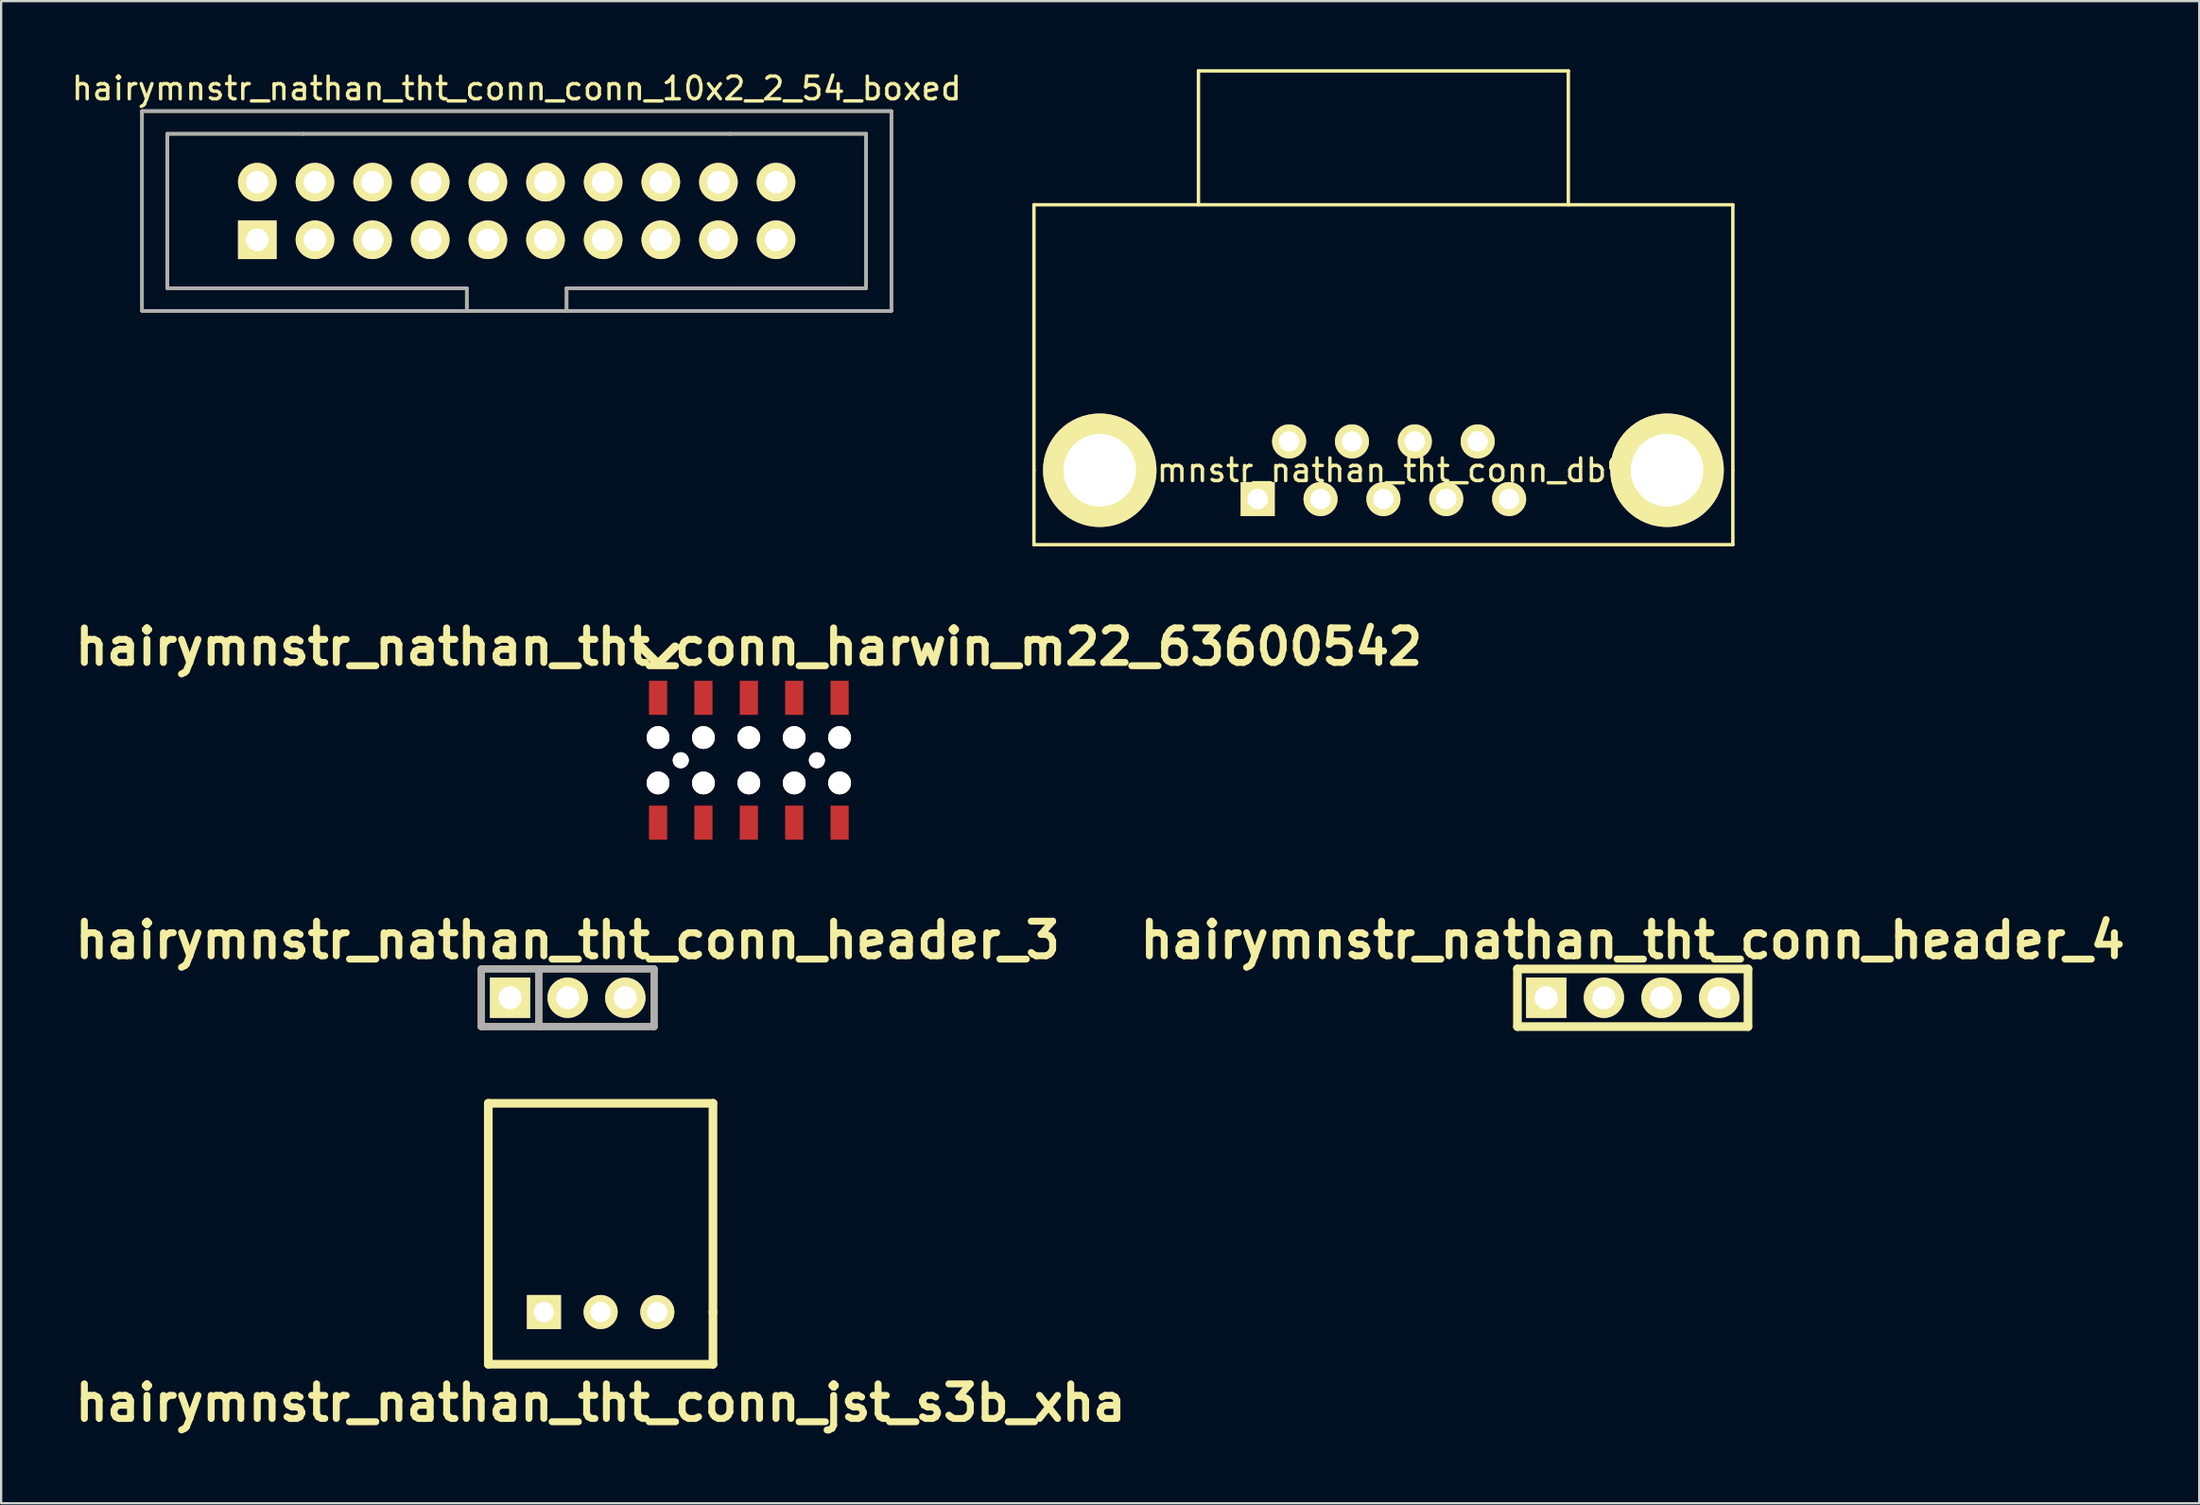
<source format=kicad_pcb>
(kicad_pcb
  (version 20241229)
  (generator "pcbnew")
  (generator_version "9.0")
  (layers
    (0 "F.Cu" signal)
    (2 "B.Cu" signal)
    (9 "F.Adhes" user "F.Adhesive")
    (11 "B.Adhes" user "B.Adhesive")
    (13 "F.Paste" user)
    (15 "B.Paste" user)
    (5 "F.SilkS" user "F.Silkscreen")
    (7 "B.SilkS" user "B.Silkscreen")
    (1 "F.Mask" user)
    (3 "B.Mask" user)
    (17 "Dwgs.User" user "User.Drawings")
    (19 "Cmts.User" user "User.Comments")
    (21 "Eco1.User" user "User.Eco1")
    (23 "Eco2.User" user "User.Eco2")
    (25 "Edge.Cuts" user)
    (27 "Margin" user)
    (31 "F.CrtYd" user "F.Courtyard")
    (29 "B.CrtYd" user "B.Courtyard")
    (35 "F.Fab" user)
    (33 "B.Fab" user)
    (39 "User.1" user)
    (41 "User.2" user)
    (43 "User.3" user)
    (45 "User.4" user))
  (footprint "hairymnstr_nathan_tht_conn_header_3"
    (layer "F.Cu")
    (at 21.967 40.924)
    (property "Reference" "hairymnstr_nathan_tht_conn_header_3" (at 0 -2.54 0) (layer "F.SilkS") (effects (font (size 1.524 1.524) (thickness 0.305))))
    (attr through_hole)
    (fp_line (start -3.81 -1.27) (end 3.81 -1.27) (stroke (width 0.3) (type solid)) (layer "F.SilkS"))
    (fp_line (start -3.81 1.27) (end -3.81 -1.27) (stroke (width 0.3) (type solid)) (layer "F.SilkS"))
    (fp_line (start -1.27 -1.27) (end -1.27 1.27) (stroke (width 0.3) (type solid)) (layer "F.SilkS"))
    (fp_line (start 3.81 -1.27) (end 3.81 1.27) (stroke (width 0.3) (type solid)) (layer "F.SilkS"))
    (fp_line (start 3.81 1.27) (end -3.81 1.27) (stroke (width 0.3) (type solid)) (layer "F.SilkS"))
    (fp_line (start -3.81 -1.27) (end 3.81 -1.27) (stroke (width 0.3) (type solid)) (layer "F.Fab"))
    (fp_line (start -3.81 1.27) (end -3.81 -1.27) (stroke (width 0.3) (type solid)) (layer "F.Fab"))
    (fp_line (start -1.27 -1.27) (end -1.27 1.27) (stroke (width 0.3) (type solid)) (layer "F.Fab"))
    (fp_line (start 3.81 -1.27) (end 3.81 1.27) (stroke (width 0.3) (type solid)) (layer "F.Fab"))
    (fp_line (start 3.81 1.27) (end -3.81 1.27) (stroke (width 0.3) (type solid)) (layer "F.Fab"))
    (pad "1" thru_hole rect (at -2.54 0) (size 1.778 1.778) (drill 1.016) (layers "*.Cu" "*.Mask" "F.SilkS"))
    (pad "2" thru_hole circle (at 0 0) (size 1.778 1.778) (drill 1.016) (layers "*.Cu" "*.Mask" "F.SilkS"))
    (pad "3" thru_hole circle (at 2.54 0) (size 1.778 1.778) (drill 1.016) (layers "*.Cu" "*.Mask" "F.SilkS")))
  (footprint "hairymnstr_nathan_tht_conn_header_4"
    (layer "F.Cu")
    (at 68.902 40.924)
    (property "Reference" "hairymnstr_nathan_tht_conn_header_4" (at 0 -2.54 0) (layer "F.SilkS") (effects (font (size 1.524 1.524) (thickness 0.305))))
    (attr through_hole)
    (fp_line (start -5.08 -1.27) (end 5.08 -1.27) (stroke (width 0.381) (type solid)) (layer "F.SilkS"))
    (fp_line (start -5.08 1.27) (end -5.08 -1.27) (stroke (width 0.381) (type solid)) (layer "F.SilkS"))
    (fp_line (start 5.08 -1.27) (end 5.08 1.27) (stroke (width 0.381) (type solid)) (layer "F.SilkS"))
    (fp_line (start 5.08 1.27) (end -5.08 1.27) (stroke (width 0.381) (type solid)) (layer "F.SilkS"))
    (pad "1" thru_hole rect (at -3.81 0) (size 1.778 1.778) (drill 1.016) (layers "*.Cu" "*.Mask" "F.SilkS"))
    (pad "2" thru_hole circle (at -1.27 0) (size 1.778 1.778) (drill 1.016) (layers "*.Cu" "*.Mask" "F.SilkS"))
    (pad "3" thru_hole circle (at 1.27 0) (size 1.778 1.778) (drill 1.016) (layers "*.Cu" "*.Mask" "F.SilkS"))
    (pad "4" thru_hole circle (at 3.81 0) (size 1.778 1.778) (drill 1.016) (layers "*.Cu" "*.Mask" "F.SilkS")))
  (footprint "hairymnstr_nathan_tht_conn_jst_s3b_xha"
    (layer "F.Cu")
    (at 23.419 54.775)
    (property "Reference" "hairymnstr_nathan_tht_conn_jst_s3b_xha" (at 0 4 0) (layer "F.SilkS") (effects (font (size 1.524 1.524) (thickness 0.305))))
    (attr through_hole)
    (fp_line (start -4.95 -9.2) (end -4.95 0) (stroke (width 0.381) (type solid)) (layer "F.SilkS"))
    (fp_line (start -4.95 -9.2) (end 4.95 -9.2) (stroke (width 0.381) (type solid)) (layer "F.SilkS"))
    (fp_line (start -4.95 0) (end -4.95 2.301) (stroke (width 0.381) (type solid)) (layer "F.SilkS"))
    (fp_line (start -4.95 2.301) (end 4.95 2.301) (stroke (width 0.381) (type solid)) (layer "F.SilkS"))
    (fp_line (start 4.95 -9.2) (end 4.95 0) (stroke (width 0.381) (type solid)) (layer "F.SilkS"))
    (fp_line (start 4.95 2.301) (end 4.95 0) (stroke (width 0.381) (type solid)) (layer "F.SilkS"))
    (pad "1" thru_hole rect (at -2.499 0) (size 1.501 1.501) (drill 0.899) (layers "*.Cu" "*.Mask" "F.SilkS"))
    (pad "2" thru_hole circle (at 0 0) (size 1.501 1.501) (drill 0.899) (layers "*.Cu" "*.Mask" "F.SilkS"))
    (pad "3" thru_hole circle (at 2.499 0) (size 1.501 1.501) (drill 0.899) (layers "*.Cu" "*.Mask" "F.SilkS")))
  (footprint "hairymnstr_nathan_tht_conn_conn_10x2_2_54_boxed"
    (layer "F.Cu")
    (at 19.72 6.248)
    (property "Reference" "hairymnstr_nathan_tht_conn_conn_10x2_2_54_boxed" (at 0 -5.4 0) (layer "F.SilkS") (effects (font (size 1 1) (thickness 0.15))))
    (attr through_hole)
    (fp_line (start -16.51 -4.4) (end -16.51 4.4) (stroke (width 0.15) (type solid)) (layer "F.SilkS"))
    (fp_line (start -16.51 4.4) (end 16.51 4.4) (stroke (width 0.15) (type solid)) (layer "F.SilkS"))
    (fp_line (start -15.4 -3.4) (end -15.4 3.4) (stroke (width 0.15) (type solid)) (layer "F.SilkS"))
    (fp_line (start -15.4 3.4) (end -9.4 3.4) (stroke (width 0.15) (type solid)) (layer "F.SilkS"))
    (fp_line (start -9.4 -3.4) (end -15.4 -3.4) (stroke (width 0.15) (type solid)) (layer "F.SilkS"))
    (fp_line (start -9.4 -3.4) (end 9.4 -3.4) (stroke (width 0.15) (type solid)) (layer "F.SilkS"))
    (fp_line (start -2.2 3.4) (end -9.4 3.4) (stroke (width 0.15) (type solid)) (layer "F.SilkS"))
    (fp_line (start -2.2 4.4) (end -2.2 3.4) (stroke (width 0.15) (type solid)) (layer "F.SilkS"))
    (fp_line (start 2.2 3.4) (end 2.2 4.4) (stroke (width 0.15) (type solid)) (layer "F.SilkS"))
    (fp_line (start 9.4 -3.4) (end 15.4 -3.4) (stroke (width 0.15) (type solid)) (layer "F.SilkS"))
    (fp_line (start 9.4 3.4) (end 2.2 3.4) (stroke (width 0.15) (type solid)) (layer "F.SilkS"))
    (fp_line (start 15.4 -3.4) (end 15.4 3.4) (stroke (width 0.15) (type solid)) (layer "F.SilkS"))
    (fp_line (start 15.4 3.4) (end 9.4 3.4) (stroke (width 0.15) (type solid)) (layer "F.SilkS"))
    (fp_line (start 16.51 -4.4) (end -16.51 -4.4) (stroke (width 0.15) (type solid)) (layer "F.SilkS"))
    (fp_line (start 16.51 4.4) (end 16.51 -4.4) (stroke (width 0.15) (type solid)) (layer "F.SilkS"))
    (fp_line (start -16.51 -4.4) (end -16.51 4.4) (stroke (width 0.15) (type solid)) (layer "F.Fab"))
    (fp_line (start -16.51 4.4) (end 16.51 4.4) (stroke (width 0.15) (type solid)) (layer "F.Fab"))
    (fp_line (start -15.4 -3.4) (end -15.4 3.4) (stroke (width 0.15) (type solid)) (layer "F.Fab"))
    (fp_line (start -15.4 3.4) (end -9.4 3.4) (stroke (width 0.15) (type solid)) (layer "F.Fab"))
    (fp_line (start -9.4 -3.4) (end -15.4 -3.4) (stroke (width 0.15) (type solid)) (layer "F.Fab"))
    (fp_line (start -9.4 -3.4) (end 9.4 -3.4) (stroke (width 0.15) (type solid)) (layer "F.Fab"))
    (fp_line (start -2.2 3.4) (end -9.4 3.4) (stroke (width 0.15) (type solid)) (layer "F.Fab"))
    (fp_line (start -2.2 4.4) (end -2.2 3.4) (stroke (width 0.15) (type solid)) (layer "F.Fab"))
    (fp_line (start 2.2 3.4) (end 2.2 4.4) (stroke (width 0.15) (type solid)) (layer "F.Fab"))
    (fp_line (start 9.4 -3.4) (end 15.4 -3.4) (stroke (width 0.15) (type solid)) (layer "F.Fab"))
    (fp_line (start 9.4 3.4) (end 2.2 3.4) (stroke (width 0.15) (type solid)) (layer "F.Fab"))
    (fp_line (start 15.4 -3.4) (end 15.4 3.4) (stroke (width 0.15) (type solid)) (layer "F.Fab"))
    (fp_line (start 15.4 3.4) (end 9.4 3.4) (stroke (width 0.15) (type solid)) (layer "F.Fab"))
    (fp_line (start 16.51 -4.4) (end -16.51 -4.4) (stroke (width 0.15) (type solid)) (layer "F.Fab"))
    (fp_line (start 16.51 4.4) (end 16.51 -4.4) (stroke (width 0.15) (type solid)) (layer "F.Fab"))
    (pad "1" thru_hole rect (at -11.43 1.27) (size 1.7 1.7) (drill 1) (layers "*.Cu" "*.Mask" "F.SilkS"))
    (pad "2" thru_hole circle (at -11.43 -1.27) (size 1.7 1.7) (drill 1) (layers "*.Cu" "*.Mask" "F.SilkS"))
    (pad "3" thru_hole circle (at -8.89 1.27) (size 1.7 1.7) (drill 1) (layers "*.Cu" "*.Mask" "F.SilkS"))
    (pad "4" thru_hole circle (at -8.89 -1.27) (size 1.7 1.7) (drill 1) (layers "*.Cu" "*.Mask" "F.SilkS"))
    (pad "5" thru_hole circle (at -6.35 1.27) (size 1.7 1.7) (drill 1) (layers "*.Cu" "*.Mask" "F.SilkS"))
    (pad "6" thru_hole circle (at -6.35 -1.27) (size 1.7 1.7) (drill 1) (layers "*.Cu" "*.Mask" "F.SilkS"))
    (pad "7" thru_hole circle (at -3.81 1.27) (size 1.7 1.7) (drill 1) (layers "*.Cu" "*.Mask" "F.SilkS"))
    (pad "8" thru_hole circle (at -3.81 -1.27) (size 1.7 1.7) (drill 1) (layers "*.Cu" "*.Mask" "F.SilkS"))
    (pad "9" thru_hole circle (at -1.27 1.27) (size 1.7 1.7) (drill 1) (layers "*.Cu" "*.Mask" "F.SilkS"))
    (pad "10" thru_hole circle (at -1.27 -1.27) (size 1.7 1.7) (drill 1) (layers "*.Cu" "*.Mask" "F.SilkS"))
    (pad "11" thru_hole circle (at 1.27 1.27) (size 1.7 1.7) (drill 1) (layers "*.Cu" "*.Mask" "F.SilkS"))
    (pad "12" thru_hole circle (at 1.27 -1.27) (size 1.7 1.7) (drill 1) (layers "*.Cu" "*.Mask" "F.SilkS"))
    (pad "13" thru_hole circle (at 3.81 1.27) (size 1.7 1.7) (drill 1) (layers "*.Cu" "*.Mask" "F.SilkS"))
    (pad "14" thru_hole circle (at 3.81 -1.27) (size 1.7 1.7) (drill 1) (layers "*.Cu" "*.Mask" "F.SilkS"))
    (pad "15" thru_hole circle (at 6.35 1.27) (size 1.7 1.7) (drill 1) (layers "*.Cu" "*.Mask" "F.SilkS"))
    (pad "16" thru_hole circle (at 6.35 -1.27) (size 1.7 1.7) (drill 1) (layers "*.Cu" "*.Mask" "F.SilkS"))
    (pad "17" thru_hole circle (at 8.89 1.27) (size 1.7 1.7) (drill 1) (layers "*.Cu" "*.Mask" "F.SilkS"))
    (pad "18" thru_hole circle (at 8.89 -1.27) (size 1.7 1.7) (drill 1) (layers "*.Cu" "*.Mask" "F.SilkS"))
    (pad "19" thru_hole circle (at 11.43 1.27) (size 1.7 1.7) (drill 1) (layers "*.Cu" "*.Mask" "F.SilkS"))
    (pad "20" thru_hole circle (at 11.43 -1.27) (size 1.7 1.7) (drill 1) (layers "*.Cu" "*.Mask" "F.SilkS")))
  (footprint "hairymnstr_nathan_tht_conn_db9f_ra"
    (layer "F.Cu")
    (at 57.915 17.675)
    (property "Reference" "hairymnstr_nathan_tht_conn_db9f_ra" (at 0 0 0) (layer "F.SilkS") (effects (font (size 1 1) (thickness 0.15))))
    (attr through_hole)
    (fp_line (start -15.4 -11.7) (end -15.4 0) (stroke (width 0.15) (type solid)) (layer "F.SilkS"))
    (fp_line (start -15.4 -11.7) (end 15.4 -11.7) (stroke (width 0.15) (type solid)) (layer "F.SilkS"))
    (fp_line (start -15.4 0) (end -15.4 3.28) (stroke (width 0.15) (type solid)) (layer "F.SilkS"))
    (fp_line (start -15.4 3.28) (end 15.4 3.28) (stroke (width 0.15) (type solid)) (layer "F.SilkS"))
    (fp_line (start -8.15 -17.6) (end 8.15 -17.6) (stroke (width 0.15) (type solid)) (layer "F.SilkS"))
    (fp_line (start -8.15 -11.7) (end -8.15 -17.6) (stroke (width 0.15) (type solid)) (layer "F.SilkS"))
    (fp_line (start 8.15 -17.6) (end 8.15 -11.7) (stroke (width 0.15) (type solid)) (layer "F.SilkS"))
    (fp_line (start 15.4 -11.7) (end 15.4 0) (stroke (width 0.15) (type solid)) (layer "F.SilkS"))
    (fp_line (start 15.4 3.28) (end 15.4 0) (stroke (width 0.15) (type solid)) (layer "F.SilkS"))
    (pad "1" thru_hole rect (at -5.54 1.27) (size 1.5 1.5) (drill 0.9) (layers "*.Cu" "*.Mask" "F.SilkS"))
    (pad "2" thru_hole circle (at -2.77 1.27) (size 1.5 1.5) (drill 0.9) (layers "*.Cu" "*.Mask" "F.SilkS"))
    (pad "3" thru_hole circle (at 0 1.27) (size 1.5 1.5) (drill 0.9) (layers "*.Cu" "*.Mask" "F.SilkS"))
    (pad "4" thru_hole circle (at 2.77 1.27) (size 1.5 1.5) (drill 0.9) (layers "*.Cu" "*.Mask" "F.SilkS"))
    (pad "5" thru_hole circle (at 5.54 1.27) (size 1.5 1.5) (drill 0.9) (layers "*.Cu" "*.Mask" "F.SilkS"))
    (pad "6" thru_hole circle (at -4.155 -1.27) (size 1.5 1.5) (drill 0.9) (layers "*.Cu" "*.Mask" "F.SilkS"))
    (pad "7" thru_hole circle (at -1.385 -1.27) (size 1.5 1.5) (drill 0.9) (layers "*.Cu" "*.Mask" "F.SilkS"))
    (pad "8" thru_hole circle (at 1.385 -1.27) (size 1.5 1.5) (drill 0.9) (layers "*.Cu" "*.Mask" "F.SilkS"))
    (pad "9" thru_hole circle (at 4.155 -1.27) (size 1.5 1.5) (drill 0.9) (layers "*.Cu" "*.Mask" "F.SilkS"))
    (pad "10" thru_hole circle (at -12.5 0) (size 5 5) (drill 3.2) (layers "*.Cu" "*.Mask" "F.SilkS"))
    (pad "10" thru_hole circle (at 12.5 0) (size 5 5) (drill 3.2) (layers "*.Cu" "*.Mask" "F.SilkS")))
  (footprint "hairymnstr_nathan_tht_conn_harwin_m22_63600542"
    (layer "F.Cu")
    (at 29.95 30.456)
    (property "Reference" "hairymnstr_nathan_tht_conn_harwin_m22_63600542" (at 0 -5 0) (layer "F.SilkS") (effects (font (size 1.524 1.524) (thickness 0.305))))
    (attr through_hole)
    (fp_line (start -4.749 -5.001) (end -4 -4.249) (stroke (width 0.381) (type solid)) (layer "F.SilkS"))
    (fp_line (start -4 -4.249) (end -3.25 -5.001) (stroke (width 0.381) (type solid)) (layer "F.SilkS"))
    (pad "" thru_hole circle (at -4 -1.001) (size 1.001 1.001) (drill 1.001) (layers "*.Cu" "*.Mask" "F.SilkS"))
    (pad "" thru_hole circle (at -4 1.001) (size 1.001 1.001) (drill 1.001) (layers "*.Cu" "*.Mask" "F.SilkS"))
    (pad "" thru_hole circle (at -2.999 0) (size 0.701 0.701) (drill 0.701) (layers "*.Cu" "*.Mask" "F.SilkS"))
    (pad "" thru_hole circle (at -2.001 -1.001) (size 1.001 1.001) (drill 1.001) (layers "*.Cu" "*.Mask" "F.SilkS"))
    (pad "" thru_hole circle (at -2.001 1.001) (size 1.001 1.001) (drill 1.001) (layers "*.Cu" "*.Mask" "F.SilkS"))
    (pad "" thru_hole circle (at 0.001 -1.001) (size 1.001 1.001) (drill 1.001) (layers "*.Cu" "*.Mask" "F.SilkS"))
    (pad "" thru_hole circle (at 0.001 1.001) (size 1.001 1.001) (drill 1.001) (layers "*.Cu" "*.Mask" "F.SilkS"))
    (pad "" thru_hole circle (at 2 -1.001) (size 1.001 1.001) (drill 1.001) (layers "*.Cu" "*.Mask" "F.SilkS"))
    (pad "" thru_hole circle (at 2 1.001) (size 1.001 1.001) (drill 1.001) (layers "*.Cu" "*.Mask" "F.SilkS"))
    (pad "" thru_hole circle (at 3 0) (size 0.701 0.701) (drill 0.701) (layers "*.Cu" "*.Mask" "F.SilkS"))
    (pad "" thru_hole circle (at 4 -1.001) (size 1.001 1.001) (drill 1.001) (layers "*.Cu" "*.Mask" "F.SilkS"))
    (pad "" thru_hole circle (at 4 1.001) (size 1.001 1.001) (drill 1.001) (layers "*.Cu" "*.Mask" "F.SilkS"))
    (pad "1" smd rect (at -4 -2.751) (size 0.8 1.501) (layers "F.Cu" "F.Mask" "F.Paste"))
    (pad "2" smd rect (at -4 2.751) (size 0.8 1.501) (layers "F.Cu" "F.Mask" "F.Paste"))
    (pad "3" smd rect (at -2.001 -2.751) (size 0.8 1.501) (layers "F.Cu" "F.Mask" "F.Paste"))
    (pad "4" smd rect (at -2.001 2.751) (size 0.8 1.501) (layers "F.Cu" "F.Mask" "F.Paste"))
    (pad "5" smd rect (at 0.001 -2.751) (size 0.8 1.501) (layers "F.Cu" "F.Mask" "F.Paste"))
    (pad "6" smd rect (at 0.001 2.751) (size 0.8 1.501) (layers "F.Cu" "F.Mask" "F.Paste"))
    (pad "7" smd rect (at 2 -2.751) (size 0.8 1.501) (layers "F.Cu" "F.Mask" "F.Paste"))
    (pad "8" smd rect (at 2 2.751) (size 0.8 1.501) (layers "F.Cu" "F.Mask" "F.Paste"))
    (pad "9" smd rect (at 4 -2.751) (size 0.8 1.501) (layers "F.Cu" "F.Mask" "F.Paste"))
    (pad "10" smd rect (at 4 2.751) (size 0.8 1.501) (layers "F.Cu" "F.Mask" "F.Paste")))
  (gr_rect
    (start -3 -3)
    (end 93.869 63.202)
    (stroke (width 0.1) (type default))
    (fill no)
    (layer "Edge.Cuts")))
</source>
